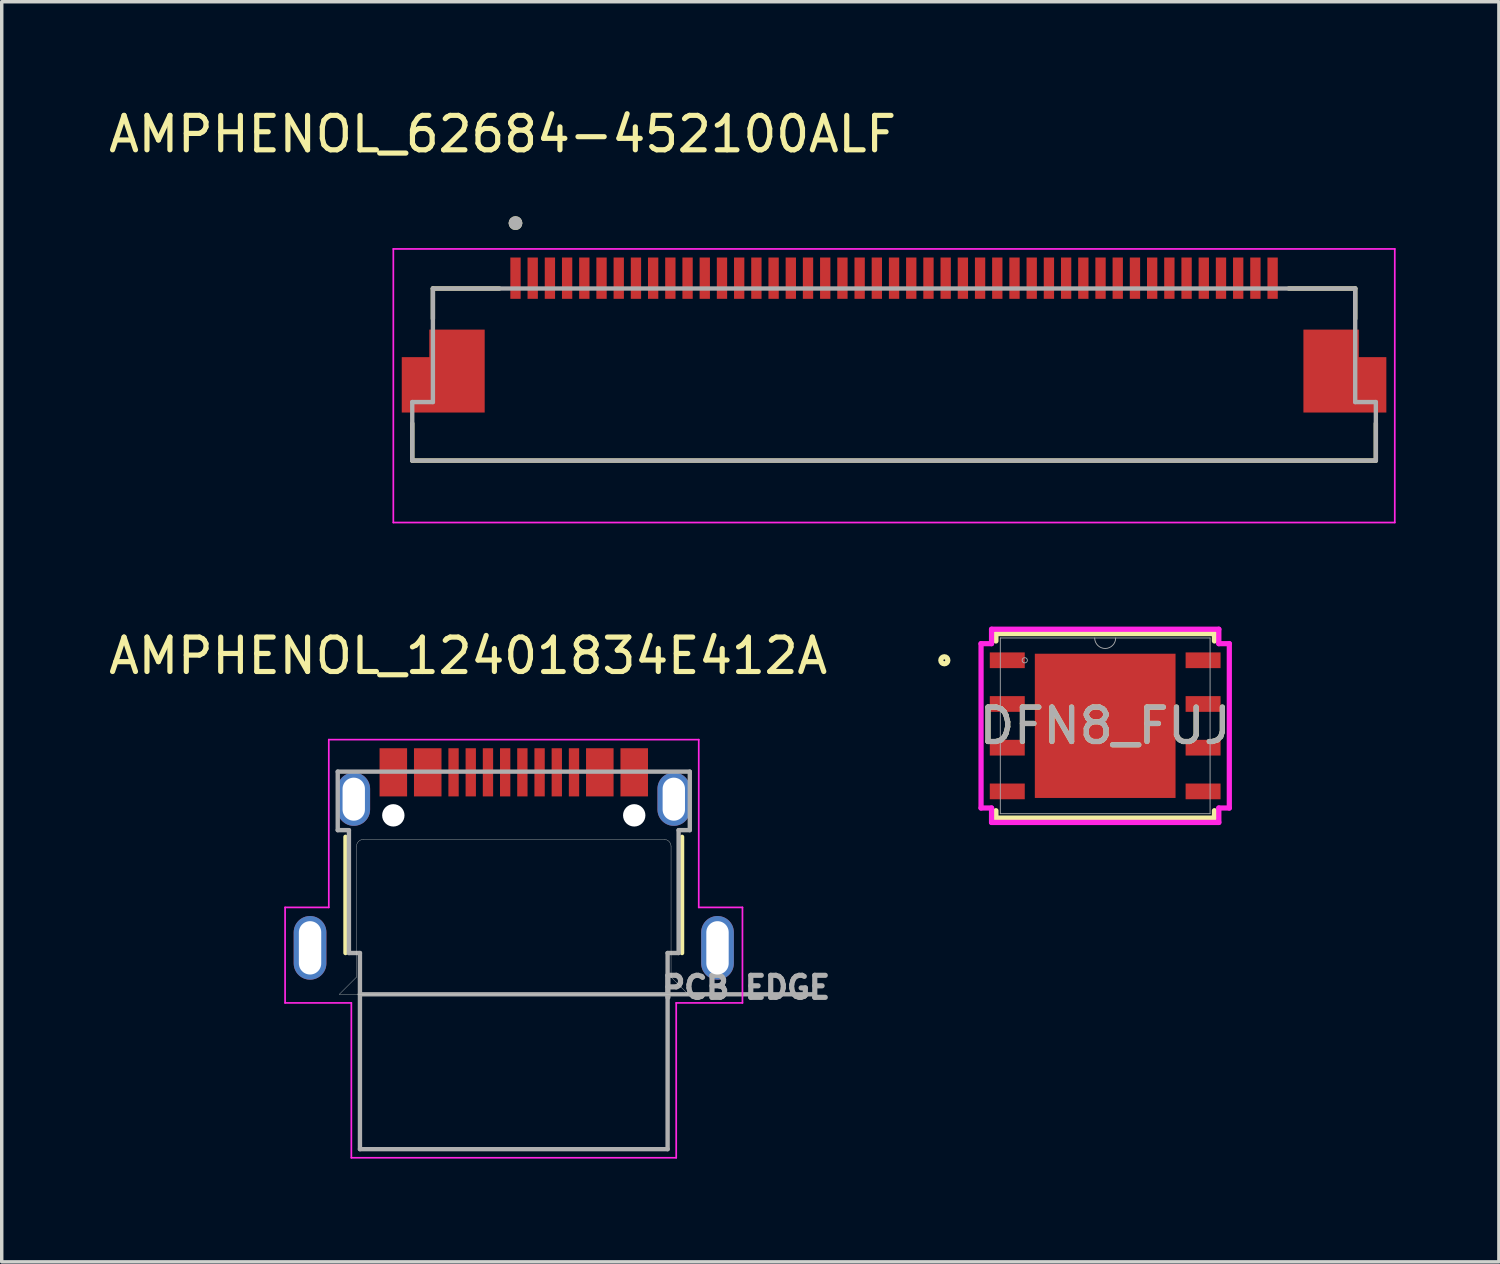
<source format=kicad_pcb>
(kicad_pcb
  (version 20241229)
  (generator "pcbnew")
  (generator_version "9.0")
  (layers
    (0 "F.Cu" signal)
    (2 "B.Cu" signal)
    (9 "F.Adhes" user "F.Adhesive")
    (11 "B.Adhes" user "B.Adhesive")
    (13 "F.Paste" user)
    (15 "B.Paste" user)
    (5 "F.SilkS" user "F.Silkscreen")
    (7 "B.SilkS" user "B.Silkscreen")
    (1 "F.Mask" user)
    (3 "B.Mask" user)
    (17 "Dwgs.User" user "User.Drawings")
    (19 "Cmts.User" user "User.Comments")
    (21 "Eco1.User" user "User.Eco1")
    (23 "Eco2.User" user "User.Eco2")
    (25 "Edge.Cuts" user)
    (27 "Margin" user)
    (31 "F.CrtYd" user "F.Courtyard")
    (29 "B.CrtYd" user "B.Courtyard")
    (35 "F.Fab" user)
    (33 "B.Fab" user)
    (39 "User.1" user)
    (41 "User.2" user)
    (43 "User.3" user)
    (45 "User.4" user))
  (footprint "AMPHENOL_12401834E412A"
    (layer "F.Cu")
    (at 11.879 20.642)
    (property "Reference" "AMPHENOL_12401834E412A" (at -1.325 -4.635 0) (layer "F.SilkS") (effects (font (size 1 1) (thickness 0.15))))
    (attr smd)
    (fp_line (start -4.89 4) (end -4.89 0.625) (stroke (width 0.127) (type solid)) (layer "F.SilkS"))
    (fp_line (start 4.89 0.625) (end 4.89 4) (stroke (width 0.127) (type solid)) (layer "F.SilkS"))
    (fp_line (start -5.07 5.2) (end 5.07 5.2) (stroke (width 0.01) (type solid)) (layer "Edge.Cuts"))
    (fp_line (start -4.57 0.9) (end -4.57 4.7) (stroke (width 0.01) (type solid)) (layer "Edge.Cuts"))
    (fp_line (start -4.57 4.7) (end -5.07 5.2) (stroke (width 0.01) (type solid)) (layer "Edge.Cuts"))
    (fp_line (start 4.37 0.7) (end -4.37 0.7) (stroke (width 0.01) (type solid)) (layer "Edge.Cuts"))
    (fp_line (start 4.57 4.7) (end 4.57 0.9) (stroke (width 0.01) (type solid)) (layer "Edge.Cuts"))
    (fp_line (start 5.07 5.2) (end 4.57 4.7) (stroke (width 0.01) (type solid)) (layer "Edge.Cuts"))
    (fp_arc (start -4.57 0.9) (mid -4.511421 0.758579) (end -4.37 0.7) (stroke (width 0.01) (type solid)) (layer "Edge.Cuts"))
    (fp_arc (start 4.37 0.7) (mid 4.511421 0.758579) (end 4.57 0.9) (stroke (width 0.01) (type solid)) (layer "Edge.Cuts"))
    (fp_line (start -6.645 2.675) (end -5.375 2.675) (stroke (width 0.05) (type solid)) (layer "F.CrtYd"))
    (fp_line (start -6.645 5.45) (end -6.645 2.675) (stroke (width 0.05) (type solid)) (layer "F.CrtYd"))
    (fp_line (start -5.375 -2.2) (end 5.375 -2.2) (stroke (width 0.05) (type solid)) (layer "F.CrtYd"))
    (fp_line (start -5.375 2.675) (end -5.375 -2.2) (stroke (width 0.05) (type solid)) (layer "F.CrtYd"))
    (fp_line (start -4.72 5.45) (end -6.645 5.45) (stroke (width 0.05) (type solid)) (layer "F.CrtYd"))
    (fp_line (start -4.72 9.95) (end -4.72 5.45) (stroke (width 0.05) (type solid)) (layer "F.CrtYd"))
    (fp_line (start 4.72 5.45) (end 4.72 9.95) (stroke (width 0.05) (type solid)) (layer "F.CrtYd"))
    (fp_line (start 4.72 9.95) (end -4.72 9.95) (stroke (width 0.05) (type solid)) (layer "F.CrtYd"))
    (fp_line (start 5.375 -2.2) (end 5.375 2.675) (stroke (width 0.05) (type solid)) (layer "F.CrtYd"))
    (fp_line (start 5.375 2.675) (end 6.645 2.675) (stroke (width 0.05) (type solid)) (layer "F.CrtYd"))
    (fp_line (start 6.645 2.675) (end 6.645 5.45) (stroke (width 0.05) (type solid)) (layer "F.CrtYd"))
    (fp_line (start 6.645 5.45) (end 4.72 5.45) (stroke (width 0.05) (type solid)) (layer "F.CrtYd"))
    (fp_line (start -5.115 -1.27) (end 5.115 -1.27) (stroke (width 0.127) (type solid)) (layer "F.Fab"))
    (fp_line (start -5.115 0.43) (end -5.115 -1.27) (stroke (width 0.127) (type solid)) (layer "F.Fab"))
    (fp_line (start -5.115 0.43) (end -4.79 0.43) (stroke (width 0.127) (type solid)) (layer "F.Fab"))
    (fp_line (start -4.79 4) (end -4.79 0.43) (stroke (width 0.127) (type solid)) (layer "F.Fab"))
    (fp_line (start -4.47 4) (end -4.79 4) (stroke (width 0.127) (type solid)) (layer "F.Fab"))
    (fp_line (start -4.47 4) (end -4.47 5.2) (stroke (width 0.127) (type solid)) (layer "F.Fab"))
    (fp_line (start -4.47 5.2) (end 8.75 5.2) (stroke (width 0.127) (type solid)) (layer "F.Fab"))
    (fp_line (start -4.47 9.7) (end -4.47 5.2) (stroke (width 0.127) (type solid)) (layer "F.Fab"))
    (fp_line (start 4.47 4) (end 4.47 9.7) (stroke (width 0.127) (type solid)) (layer "F.Fab"))
    (fp_line (start 4.47 9.7) (end -4.47 9.7) (stroke (width 0.127) (type solid)) (layer "F.Fab"))
    (fp_line (start 4.79 0.43) (end 4.79 4) (stroke (width 0.127) (type solid)) (layer "F.Fab"))
    (fp_line (start 4.79 4) (end 4.47 4) (stroke (width 0.127) (type solid)) (layer "F.Fab"))
    (fp_line (start 5.115 -1.27) (end 5.115 0.43) (stroke (width 0.127) (type solid)) (layer "F.Fab"))
    (fp_line (start 5.115 0.43) (end 4.79 0.43) (stroke (width 0.127) (type solid)) (layer "F.Fab"))
    (fp_text user "PCB EDGE" (at 6.75 5 0) (layer "F.Fab") (effects (font (size 0.64 0.64) (thickness 0.15))))
    (pad "" np_thru_hole circle (at -3.5 0) (size 0.65 0.65) (drill 0.65) (layers "*.Cu" "*.Mask"))
    (pad "" np_thru_hole circle (at 3.5 0) (size 0.65 0.65) (drill 0.65) (layers "*.Cu" "*.Mask"))
    (pad "A1/B12" smd rect (at -3.5 -1.25) (size 0.8 1.4) (layers "F.Cu" "F.Mask" "F.Paste"))
    (pad "A4/B9" smd rect (at -2.5 -1.25) (size 0.8 1.4) (layers "F.Cu" "F.Mask" "F.Paste"))
    (pad "A5" smd rect (at -1.25 -1.25) (size 0.3 1.4) (layers "F.Cu" "F.Mask" "F.Paste"))
    (pad "A6" smd rect (at -0.25 -1.25) (size 0.3 1.4) (layers "F.Cu" "F.Mask" "F.Paste"))
    (pad "A7" smd rect (at 0.25 -1.25) (size 0.3 1.4) (layers "F.Cu" "F.Mask" "F.Paste"))
    (pad "A8" smd rect (at 1.25 -1.25) (size 0.3 1.4) (layers "F.Cu" "F.Mask" "F.Paste"))
    (pad "B1/A12" smd rect (at 3.5 -1.25) (size 0.8 1.4) (layers "F.Cu" "F.Mask" "F.Paste"))
    (pad "B4/A9" smd rect (at 2.5 -1.25) (size 0.8 1.4) (layers "F.Cu" "F.Mask" "F.Paste"))
    (pad "B5" smd rect (at 1.75 -1.25) (size 0.3 1.4) (layers "F.Cu" "F.Mask" "F.Paste"))
    (pad "B6" smd rect (at 0.75 -1.25) (size 0.3 1.4) (layers "F.Cu" "F.Mask" "F.Paste"))
    (pad "B7" smd rect (at -0.75 -1.25) (size 0.3 1.4) (layers "F.Cu" "F.Mask" "F.Paste"))
    (pad "B8" smd rect (at -1.75 -1.25) (size 0.3 1.4) (layers "F.Cu" "F.Mask" "F.Paste"))
    (pad "SH1" thru_hole oval (at -4.65 -0.47) (size 0.95 1.55) (drill oval 0.65 1.25) (layers "*.Cu" "*.Mask"))
    (pad "SH2" thru_hole oval (at 4.65 -0.47) (size 0.95 1.55) (drill oval 0.65 1.25) (layers "*.Cu" "*.Mask"))
    (pad "SH3" thru_hole oval (at -5.92 3.85) (size 0.95 1.85) (drill oval 0.65 1.55) (layers "*.Cu" "*.Mask"))
    (pad "SH4" thru_hole oval (at 5.92 3.85) (size 0.95 1.85) (drill oval 0.65 1.55) (layers "*.Cu" "*.Mask")))
  (footprint "AMPHENOL_62684-452100ALF"
    (layer "F.Cu")
    (at 22.929 7.833)
    (property "Reference" "AMPHENOL_62684-452100ALF" (at -11.375 -6.985 0) (layer "F.SilkS") (effects (font (size 1 1) (thickness 0.15))))
    (attr smd)
    (fp_poly (pts (xy -14.4 1.2) (xy -14.4 -0.6) (xy -13.6 -0.6) (xy -13.6 -1.4) (xy -11.8 -1.4) (xy -11.8 1.2)) (stroke (width 0.01) (type solid)) (fill yes) (layer "F.Mask"))
    (fp_poly (pts (xy 14.4 1.2) (xy 14.4 -0.6) (xy 13.6 -0.6) (xy 13.6 -1.4) (xy 11.8 -1.4) (xy 11.8 1.2)) (stroke (width 0.01) (type solid)) (fill yes) (layer "F.Mask"))
    (fp_line (start -14 2.5) (end -14 1.42) (stroke (width 0.127) (type solid)) (layer "F.SilkS"))
    (fp_line (start -13.4 -2.5) (end -11.47 -2.5) (stroke (width 0.127) (type solid)) (layer "F.SilkS"))
    (fp_line (start -13.4 -1.62) (end -13.4 -2.5) (stroke (width 0.127) (type solid)) (layer "F.SilkS"))
    (fp_line (start 11.47 -2.5) (end 13.4 -2.5) (stroke (width 0.127) (type solid)) (layer "F.SilkS"))
    (fp_line (start 13.4 -2.5) (end 13.4 -1.62) (stroke (width 0.127) (type solid)) (layer "F.SilkS"))
    (fp_line (start 14 2.5) (end -14 2.5) (stroke (width 0.127) (type solid)) (layer "F.SilkS"))
    (fp_line (start 14 2.5) (end 14 1.42) (stroke (width 0.127) (type solid)) (layer "F.SilkS"))
    (fp_circle (center -11 -4.4) (end -10.9 -4.4) (stroke (width 0.2) (type solid)) (fill no) (layer "F.SilkS"))
    (fp_poly (pts (xy -14.3 1.1) (xy -14.3 -0.5) (xy -13.5 -0.5) (xy -13.5 -1.3) (xy -11.9 -1.3) (xy -11.9 1.1)) (stroke (width 0.01) (type solid)) (fill yes) (layer "F.Paste"))
    (fp_poly (pts (xy 14.3 1.1) (xy 14.3 -0.5) (xy 13.5 -0.5) (xy 13.5 -1.3) (xy 11.9 -1.3) (xy 11.9 1.1)) (stroke (width 0.01) (type solid)) (fill yes) (layer "F.Paste"))
    (fp_line (start -14.55 -3.65) (end -14.55 4.3) (stroke (width 0.05) (type solid)) (layer "F.CrtYd"))
    (fp_line (start -14.55 4.3) (end 14.55 4.3) (stroke (width 0.05) (type solid)) (layer "F.CrtYd"))
    (fp_line (start 14.55 -3.65) (end -14.55 -3.65) (stroke (width 0.05) (type solid)) (layer "F.CrtYd"))
    (fp_line (start 14.55 4.3) (end 14.55 -3.65) (stroke (width 0.05) (type solid)) (layer "F.CrtYd"))
    (fp_line (start -14 0.8) (end -13.4 0.8) (stroke (width 0.127) (type solid)) (layer "F.Fab"))
    (fp_line (start -14 2.5) (end -14 0.8) (stroke (width 0.127) (type solid)) (layer "F.Fab"))
    (fp_line (start -13.4 -2.5) (end 13.4 -2.5) (stroke (width 0.127) (type solid)) (layer "F.Fab"))
    (fp_line (start -13.4 0.8) (end -13.4 -2.5) (stroke (width 0.127) (type solid)) (layer "F.Fab"))
    (fp_line (start 13.4 -2.5) (end 13.4 0.8) (stroke (width 0.127) (type solid)) (layer "F.Fab"))
    (fp_line (start 13.4 0.8) (end 14 0.8) (stroke (width 0.127) (type solid)) (layer "F.Fab"))
    (fp_line (start 14 0.8) (end 14 2.5) (stroke (width 0.127) (type solid)) (layer "F.Fab"))
    (fp_line (start 14 2.5) (end -14 2.5) (stroke (width 0.127) (type solid)) (layer "F.Fab"))
    (fp_circle (center -11 -4.4) (end -10.9 -4.4) (stroke (width 0.2) (type solid)) (fill no) (layer "F.Fab"))
    (pad "1" smd rect (at -11 -2.8) (size 0.3 1.2) (layers "F.Cu" "F.Mask" "F.Paste"))
    (pad "2" smd rect (at -10.5 -2.8) (size 0.3 1.2) (layers "F.Cu" "F.Mask" "F.Paste"))
    (pad "3" smd rect (at -10 -2.8) (size 0.3 1.2) (layers "F.Cu" "F.Mask" "F.Paste"))
    (pad "4" smd rect (at -9.5 -2.8) (size 0.3 1.2) (layers "F.Cu" "F.Mask" "F.Paste"))
    (pad "5" smd rect (at -9 -2.8) (size 0.3 1.2) (layers "F.Cu" "F.Mask" "F.Paste"))
    (pad "6" smd rect (at -8.5 -2.8) (size 0.3 1.2) (layers "F.Cu" "F.Mask" "F.Paste"))
    (pad "7" smd rect (at -8 -2.8) (size 0.3 1.2) (layers "F.Cu" "F.Mask" "F.Paste"))
    (pad "8" smd rect (at -7.5 -2.8) (size 0.3 1.2) (layers "F.Cu" "F.Mask" "F.Paste"))
    (pad "9" smd rect (at -7 -2.8) (size 0.3 1.2) (layers "F.Cu" "F.Mask" "F.Paste"))
    (pad "10" smd rect (at -6.5 -2.8) (size 0.3 1.2) (layers "F.Cu" "F.Mask" "F.Paste"))
    (pad "11" smd rect (at -6 -2.8) (size 0.3 1.2) (layers "F.Cu" "F.Mask" "F.Paste"))
    (pad "12" smd rect (at -5.5 -2.8) (size 0.3 1.2) (layers "F.Cu" "F.Mask" "F.Paste"))
    (pad "13" smd rect (at -5 -2.8) (size 0.3 1.2) (layers "F.Cu" "F.Mask" "F.Paste"))
    (pad "14" smd rect (at -4.5 -2.8) (size 0.3 1.2) (layers "F.Cu" "F.Mask" "F.Paste"))
    (pad "15" smd rect (at -4 -2.8) (size 0.3 1.2) (layers "F.Cu" "F.Mask" "F.Paste"))
    (pad "16" smd rect (at -3.5 -2.8) (size 0.3 1.2) (layers "F.Cu" "F.Mask" "F.Paste"))
    (pad "17" smd rect (at -3 -2.8) (size 0.3 1.2) (layers "F.Cu" "F.Mask" "F.Paste"))
    (pad "18" smd rect (at -2.5 -2.8) (size 0.3 1.2) (layers "F.Cu" "F.Mask" "F.Paste"))
    (pad "19" smd rect (at -2 -2.8) (size 0.3 1.2) (layers "F.Cu" "F.Mask" "F.Paste"))
    (pad "20" smd rect (at -1.5 -2.8) (size 0.3 1.2) (layers "F.Cu" "F.Mask" "F.Paste"))
    (pad "21" smd rect (at -1 -2.8) (size 0.3 1.2) (layers "F.Cu" "F.Mask" "F.Paste"))
    (pad "22" smd rect (at -0.5 -2.8) (size 0.3 1.2) (layers "F.Cu" "F.Mask" "F.Paste"))
    (pad "23" smd rect (at 0 -2.8) (size 0.3 1.2) (layers "F.Cu" "F.Mask" "F.Paste"))
    (pad "24" smd rect (at 0.5 -2.8) (size 0.3 1.2) (layers "F.Cu" "F.Mask" "F.Paste"))
    (pad "25" smd rect (at 1 -2.8) (size 0.3 1.2) (layers "F.Cu" "F.Mask" "F.Paste"))
    (pad "26" smd rect (at 1.5 -2.8) (size 0.3 1.2) (layers "F.Cu" "F.Mask" "F.Paste"))
    (pad "27" smd rect (at 2 -2.8) (size 0.3 1.2) (layers "F.Cu" "F.Mask" "F.Paste"))
    (pad "28" smd rect (at 2.5 -2.8) (size 0.3 1.2) (layers "F.Cu" "F.Mask" "F.Paste"))
    (pad "29" smd rect (at 3 -2.8) (size 0.3 1.2) (layers "F.Cu" "F.Mask" "F.Paste"))
    (pad "30" smd rect (at 3.5 -2.8) (size 0.3 1.2) (layers "F.Cu" "F.Mask" "F.Paste"))
    (pad "31" smd rect (at 4 -2.8) (size 0.3 1.2) (layers "F.Cu" "F.Mask" "F.Paste"))
    (pad "32" smd rect (at 4.5 -2.8) (size 0.3 1.2) (layers "F.Cu" "F.Mask" "F.Paste"))
    (pad "33" smd rect (at 5 -2.8) (size 0.3 1.2) (layers "F.Cu" "F.Mask" "F.Paste"))
    (pad "34" smd rect (at 5.5 -2.8) (size 0.3 1.2) (layers "F.Cu" "F.Mask" "F.Paste"))
    (pad "35" smd rect (at 6 -2.8) (size 0.3 1.2) (layers "F.Cu" "F.Mask" "F.Paste"))
    (pad "36" smd rect (at 6.5 -2.8) (size 0.3 1.2) (layers "F.Cu" "F.Mask" "F.Paste"))
    (pad "37" smd rect (at 7 -2.8) (size 0.3 1.2) (layers "F.Cu" "F.Mask" "F.Paste"))
    (pad "38" smd rect (at 7.5 -2.8) (size 0.3 1.2) (layers "F.Cu" "F.Mask" "F.Paste"))
    (pad "39" smd rect (at 8 -2.8) (size 0.3 1.2) (layers "F.Cu" "F.Mask" "F.Paste"))
    (pad "40" smd rect (at 8.5 -2.8) (size 0.3 1.2) (layers "F.Cu" "F.Mask" "F.Paste"))
    (pad "41" smd rect (at 9 -2.8) (size 0.3 1.2) (layers "F.Cu" "F.Mask" "F.Paste"))
    (pad "42" smd rect (at 9.5 -2.8) (size 0.3 1.2) (layers "F.Cu" "F.Mask" "F.Paste"))
    (pad "43" smd rect (at 10 -2.8) (size 0.3 1.2) (layers "F.Cu" "F.Mask" "F.Paste"))
    (pad "44" smd rect (at 10.5 -2.8) (size 0.3 1.2) (layers "F.Cu" "F.Mask" "F.Paste"))
    (pad "45" smd rect (at 11 -2.8) (size 0.3 1.2) (layers "F.Cu" "F.Mask" "F.Paste"))
    (pad "SH1" smd custom (at -12.75 -0.2) (size 0.8 1.2) (layers "F.Cu") (options (anchor rect)) (primitives (gr_poly (pts (xy -1.55 1.3) (xy -1.55 -0.3) (xy -0.75 -0.3) (xy -0.75 -1.1) (xy 0.85 -1.1) (xy 0.85 1.3)) (width 0.01) (fill yes))))
    (pad "SH2" smd custom (at 12.75 -0.2) (size 0.8 1.2) (layers "F.Cu") (options (anchor rect)) (primitives (gr_poly (pts (xy 1.55 1.3) (xy 1.55 -0.3) (xy 0.75 -0.3) (xy 0.75 -1.1) (xy -0.85 -1.1) (xy -0.85 1.3)) (width 0.01) (fill yes)))))
  (footprint "DFN8_FUJ"
    (layer "F.Cu")
    (at 29.064 18.041)
    (property "Reference" "DFN8_FUJ" (at 0 0 0) (unlocked yes) (layer "F.SilkS") (effects (font (size 1 1) (thickness 0.15))))
    (attr smd)
    (fp_line (start -3.175 -2.68) (end -3.175 -2.466) (stroke (width 0.152) (type solid)) (layer "F.SilkS"))
    (fp_line (start -3.175 2.466) (end -3.175 2.68) (stroke (width 0.152) (type solid)) (layer "F.SilkS"))
    (fp_line (start -3.175 2.68) (end 3.175 2.68) (stroke (width 0.152) (type solid)) (layer "F.SilkS"))
    (fp_line (start 3.175 -2.68) (end -3.175 -2.68) (stroke (width 0.152) (type solid)) (layer "F.SilkS"))
    (fp_line (start 3.175 -2.466) (end 3.175 -2.68) (stroke (width 0.152) (type solid)) (layer "F.SilkS"))
    (fp_line (start 3.175 2.68) (end 3.175 2.466) (stroke (width 0.152) (type solid)) (layer "F.SilkS"))
    (fp_circle (center -4.674 -1.905) (end -4.572 -1.905) (stroke (width 0.152) (type solid)) (fill no) (layer "F.SilkS"))
    (fp_poly (pts (xy -1.945 -1.996) (xy -1.945 -0.798) (xy -0.782 -0.798) (xy -0.782 -1.996)) (stroke (width 0) (type solid)) (fill yes) (layer "F.Paste"))
    (fp_poly (pts (xy -1.945 -0.599) (xy -1.945 0.599) (xy -0.782 0.599) (xy -0.782 -0.599)) (stroke (width 0) (type solid)) (fill yes) (layer "F.Paste"))
    (fp_poly (pts (xy -1.945 0.798) (xy -1.945 1.996) (xy -0.782 1.996) (xy -0.782 0.798)) (stroke (width 0) (type solid)) (fill yes) (layer "F.Paste"))
    (fp_poly (pts (xy -0.582 -1.996) (xy -0.582 -0.798) (xy 0.582 -0.798) (xy 0.582 -1.996)) (stroke (width 0) (type solid)) (fill yes) (layer "F.Paste"))
    (fp_poly (pts (xy -0.582 -0.599) (xy -0.582 0.599) (xy 0.582 0.599) (xy 0.582 -0.599)) (stroke (width 0) (type solid)) (fill yes) (layer "F.Paste"))
    (fp_poly (pts (xy -0.582 0.798) (xy -0.582 1.996) (xy 0.582 1.996) (xy 0.582 0.798)) (stroke (width 0) (type solid)) (fill yes) (layer "F.Paste"))
    (fp_poly (pts (xy 0.782 -1.996) (xy 0.782 -0.798) (xy 1.945 -0.798) (xy 1.945 -1.996)) (stroke (width 0) (type solid)) (fill yes) (layer "F.Paste"))
    (fp_poly (pts (xy 0.782 -0.599) (xy 0.782 0.599) (xy 1.945 0.599) (xy 1.945 -0.599)) (stroke (width 0) (type solid)) (fill yes) (layer "F.Paste"))
    (fp_poly (pts (xy 0.782 0.798) (xy 0.782 1.996) (xy 1.945 1.996) (xy 1.945 0.798)) (stroke (width 0) (type solid)) (fill yes) (layer "F.Paste"))
    (fp_line (start -3.607 -2.388) (end -3.302 -2.388) (stroke (width 0.152) (type solid)) (layer "F.CrtYd"))
    (fp_line (start -3.607 2.388) (end -3.607 -2.388) (stroke (width 0.152) (type solid)) (layer "F.CrtYd"))
    (fp_line (start -3.607 2.388) (end -3.302 2.388) (stroke (width 0.152) (type solid)) (layer "F.CrtYd"))
    (fp_line (start -3.302 -2.807) (end 3.302 -2.807) (stroke (width 0.152) (type solid)) (layer "F.CrtYd"))
    (fp_line (start -3.302 -2.388) (end -3.302 -2.807) (stroke (width 0.152) (type solid)) (layer "F.CrtYd"))
    (fp_line (start -3.302 2.807) (end -3.302 2.388) (stroke (width 0.152) (type solid)) (layer "F.CrtYd"))
    (fp_line (start 3.302 -2.807) (end 3.302 -2.388) (stroke (width 0.152) (type solid)) (layer "F.CrtYd"))
    (fp_line (start 3.302 2.388) (end 3.302 2.807) (stroke (width 0.152) (type solid)) (layer "F.CrtYd"))
    (fp_line (start 3.302 2.807) (end -3.302 2.807) (stroke (width 0.152) (type solid)) (layer "F.CrtYd"))
    (fp_line (start 3.607 -2.388) (end 3.302 -2.388) (stroke (width 0.152) (type solid)) (layer "F.CrtYd"))
    (fp_line (start 3.607 -2.388) (end 3.607 2.388) (stroke (width 0.152) (type solid)) (layer "F.CrtYd"))
    (fp_line (start 3.607 2.388) (end 3.302 2.388) (stroke (width 0.152) (type solid)) (layer "F.CrtYd"))
    (fp_line (start -3.048 -2.553) (end -3.048 2.553) (stroke (width 0.025) (type solid)) (layer "F.Fab"))
    (fp_line (start -3.048 2.553) (end 3.048 2.553) (stroke (width 0.025) (type solid)) (layer "F.Fab"))
    (fp_line (start 3.048 -2.553) (end -3.048 -2.553) (stroke (width 0.025) (type solid)) (layer "F.Fab"))
    (fp_line (start 3.048 2.553) (end 3.048 -2.553) (stroke (width 0.025) (type solid)) (layer "F.Fab"))
    (fp_arc (start 0.3048 -2.5527) (mid 0 -2.2479) (end -0.3048 -2.5527) (stroke (width 0.0254) (type solid)) (layer "F.Fab"))
    (fp_circle (center -2.337 -1.905) (end -2.261 -1.905) (stroke (width 0.025) (type solid)) (fill no) (layer "F.Fab"))
    (fp_text user "${REFERENCE}" (at 0 0 0) (unlocked yes) (layer "F.Fab") (effects (font (size 1 1) (thickness 0.15))))
    (pad "1" smd rect (at -2.845 -1.905) (size 1.016 0.457) (layers "F.Cu" "F.Mask" "F.Paste"))
    (pad "2" smd rect (at -2.845 -0.635) (size 1.016 0.457) (layers "F.Cu" "F.Mask" "F.Paste"))
    (pad "3" smd rect (at -2.845 0.635) (size 1.016 0.457) (layers "F.Cu" "F.Mask" "F.Paste"))
    (pad "4" smd rect (at -2.845 1.905) (size 1.016 0.457) (layers "F.Cu" "F.Mask" "F.Paste"))
    (pad "5" smd rect (at 2.845 1.905) (size 1.016 0.457) (layers "F.Cu" "F.Mask" "F.Paste"))
    (pad "6" smd rect (at 2.845 0.635) (size 1.016 0.457) (layers "F.Cu" "F.Mask" "F.Paste"))
    (pad "7" smd rect (at 2.845 -0.635) (size 1.016 0.457) (layers "F.Cu" "F.Mask" "F.Paste"))
    (pad "8" smd rect (at 2.845 -1.905) (size 1.016 0.457) (layers "F.Cu" "F.Mask" "F.Paste"))
    (pad "9" smd rect (at 0 0) (size 4.089 4.191) (layers "F.Cu" "F.Mask" "F.Paste")))
  (gr_rect
    (start -3 -3)
    (end 40.504 33.617)
    (stroke (width 0.1) (type default))
    (fill no)
    (layer "Edge.Cuts")))
</source>
